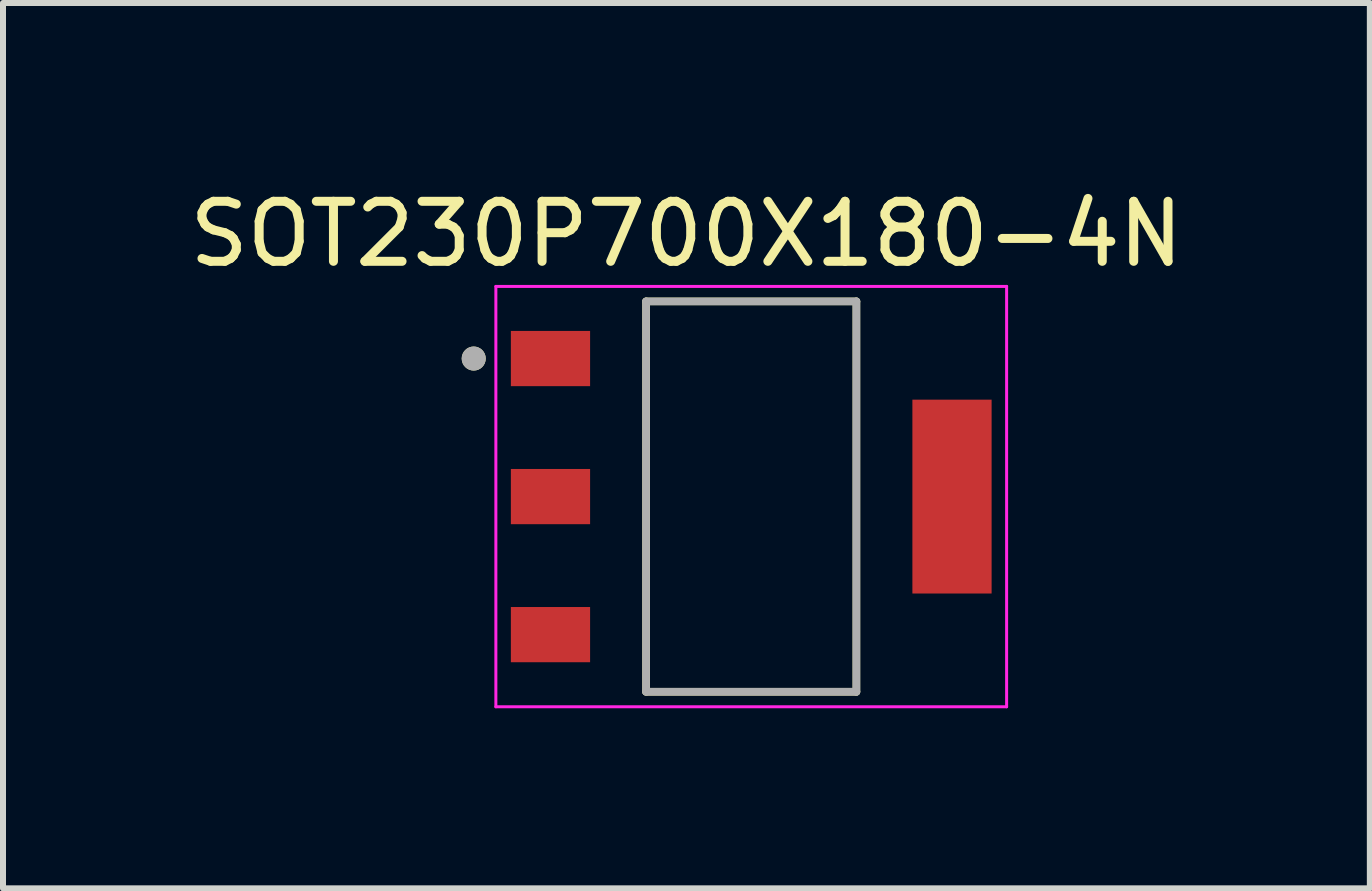
<source format=kicad_pcb>
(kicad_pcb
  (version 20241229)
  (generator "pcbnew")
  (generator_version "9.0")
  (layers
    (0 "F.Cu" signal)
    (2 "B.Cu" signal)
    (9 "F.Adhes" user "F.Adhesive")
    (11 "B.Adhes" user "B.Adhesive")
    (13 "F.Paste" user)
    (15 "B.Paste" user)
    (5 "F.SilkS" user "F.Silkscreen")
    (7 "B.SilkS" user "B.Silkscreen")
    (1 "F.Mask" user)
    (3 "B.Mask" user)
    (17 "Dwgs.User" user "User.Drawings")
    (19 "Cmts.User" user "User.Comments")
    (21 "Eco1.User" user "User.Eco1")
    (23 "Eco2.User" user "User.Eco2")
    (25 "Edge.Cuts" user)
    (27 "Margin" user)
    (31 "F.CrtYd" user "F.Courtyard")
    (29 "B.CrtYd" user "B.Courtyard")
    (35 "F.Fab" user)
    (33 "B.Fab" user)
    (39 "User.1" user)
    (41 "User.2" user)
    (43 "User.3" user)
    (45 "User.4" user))
  (footprint "SOT230P700X180-4N"
    (layer "F.Cu")
    (at 9.467 5.224)
    (property "Reference" "SOT230P700X180-4N" (at -1.08 -4.375 0) (layer "F.SilkS") (effects (font (size 1 1) (thickness 0.15))))
    (attr through_hole)
    (fp_line (start -1.752 -3.252) (end -1.752 3.252) (stroke (width 0.127) (type solid)) (layer "F.SilkS"))
    (fp_line (start -1.752 3.252) (end 1.752 3.252) (stroke (width 0.127) (type solid)) (layer "F.SilkS"))
    (fp_line (start 1.752 -3.252) (end -1.752 -3.252) (stroke (width 0.127) (type solid)) (layer "F.SilkS"))
    (fp_line (start 1.752 3.252) (end 1.752 -3.252) (stroke (width 0.127) (type solid)) (layer "F.SilkS"))
    (fp_circle (center -4.624 -2.3) (end -4.524 -2.3) (stroke (width 0.2) (type solid)) (fill no) (layer "F.SilkS"))
    (fp_line (start -4.255 -3.502) (end -4.255 3.502) (stroke (width 0.05) (type solid)) (layer "F.CrtYd"))
    (fp_line (start -4.255 3.502) (end 4.255 3.502) (stroke (width 0.05) (type solid)) (layer "F.CrtYd"))
    (fp_line (start 4.255 -3.502) (end -4.255 -3.502) (stroke (width 0.05) (type solid)) (layer "F.CrtYd"))
    (fp_line (start 4.255 3.502) (end 4.255 -3.502) (stroke (width 0.05) (type solid)) (layer "F.CrtYd"))
    (fp_line (start -1.752 -3.252) (end -1.752 3.252) (stroke (width 0.127) (type solid)) (layer "F.Fab"))
    (fp_line (start -1.752 3.252) (end 1.752 3.252) (stroke (width 0.127) (type solid)) (layer "F.Fab"))
    (fp_line (start 1.752 -3.252) (end -1.752 -3.252) (stroke (width 0.127) (type solid)) (layer "F.Fab"))
    (fp_line (start 1.752 3.252) (end 1.752 -3.252) (stroke (width 0.127) (type solid)) (layer "F.Fab"))
    (fp_circle (center -4.624 -2.3) (end -4.524 -2.3) (stroke (width 0.2) (type solid)) (fill no) (layer "F.Fab"))
    (pad "1" smd rect (at -3.345 -2.3) (size 1.32 0.92) (layers "F.Cu" "F.Mask" "F.Paste"))
    (pad "2" smd rect (at -3.345 0) (size 1.32 0.92) (layers "F.Cu" "F.Mask" "F.Paste"))
    (pad "3" smd rect (at -3.345 2.3) (size 1.32 0.92) (layers "F.Cu" "F.Mask" "F.Paste"))
    (pad "4" smd rect (at 3.345 0) (size 1.32 3.23) (layers "F.Cu" "F.Mask" "F.Paste")))
  (gr_rect
    (start -3 -3)
    (end 19.774 11.751)
    (stroke (width 0.1) (type default))
    (fill no)
    (layer "Edge.Cuts")))
</source>
